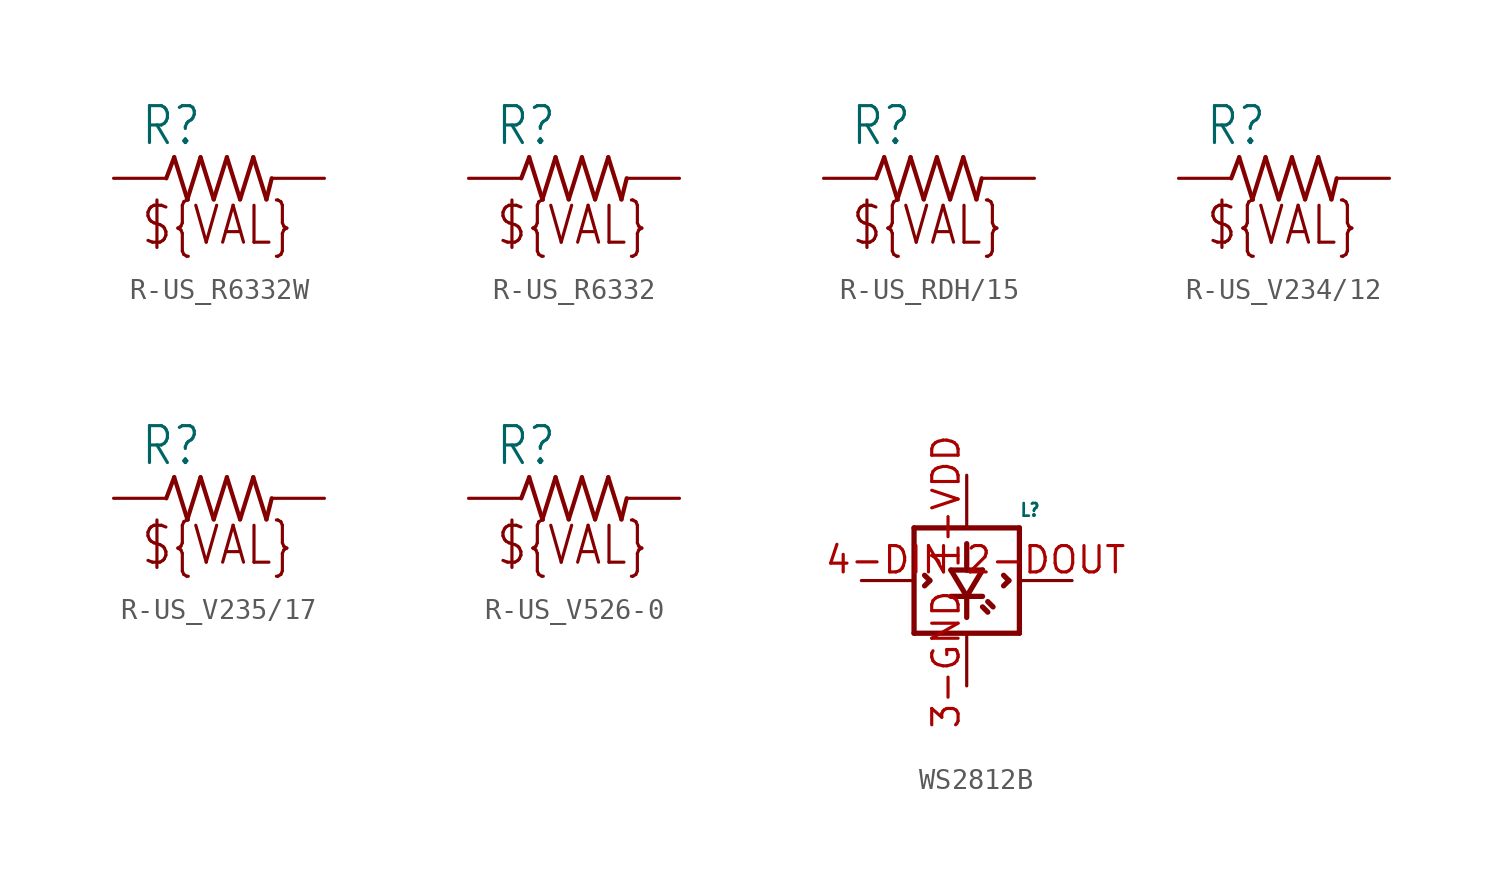
<source format=kicad_sym>
(kicad_symbol_lib
  (version 20231120)
  (generator "kicad_symbol_editor")
  (generator_version "8.0")
  (symbol "R-US_R6332W"
    (property "Reference" "R"
      (at -3.81 1.499 0)
      (effects (font (size 1.778 1.511)) (justify left bottom)))
    (property "ki_locked" ""
      (at 0 0 0)
      (effects (font (size 1.27 1.27))))
    (symbol "R-US_R6332W_1_0"
      (polyline (pts (xy -2.54 0) (xy -2.159 1.016)) (stroke (width 0.203) (type solid)) (fill (type none)))
      (polyline (pts (xy -2.159 1.016) (xy -1.524 -1.016)) (stroke (width 0.203) (type solid)) (fill (type none)))
      (polyline (pts (xy -1.524 -1.016) (xy -0.889 1.016)) (stroke (width 0.203) (type solid)) (fill (type none)))
      (polyline (pts (xy -0.889 1.016) (xy -0.254 -1.016)) (stroke (width 0.203) (type solid)) (fill (type none)))
      (polyline (pts (xy -0.254 -1.016) (xy 0.381 1.016)) (stroke (width 0.203) (type solid)) (fill (type none)))
      (polyline (pts (xy 0.381 1.016) (xy 1.016 -1.016)) (stroke (width 0.203) (type solid)) (fill (type none)))
      (polyline (pts (xy 1.016 -1.016) (xy 1.651 1.016)) (stroke (width 0.203) (type solid)) (fill (type none)))
      (polyline (pts (xy 1.651 1.016) (xy 2.286 -1.016)) (stroke (width 0.203) (type solid)) (fill (type none)))
      (polyline (pts (xy 2.286 -1.016) (xy 2.54 0)) (stroke (width 0.203) (type solid)) (fill (type none)))
      (text "${VAL}" (at -3.81 -3.302 0) (effects (font (size 1.778 1.511)) (justify left bottom)))
      (pin passive line (at -5.08 0 0) (length 2.54) (name "1" (effects (font (size 0 0)))) (number "1" (effects (font (size 0 0)))))
      (pin passive line (at 5.08 0 180) (length 2.54) (name "2" (effects (font (size 0 0)))) (number "2" (effects (font (size 0 0)))))))
  (symbol "R-US_R6332"
    (property "Reference" "R"
      (at -3.81 1.499 0)
      (effects (font (size 1.778 1.511)) (justify left bottom)))
    (property "ki_locked" ""
      (at 0 0 0)
      (effects (font (size 1.27 1.27))))
    (symbol "R-US_R6332_1_0"
      (polyline (pts (xy -2.54 0) (xy -2.159 1.016)) (stroke (width 0.203) (type solid)) (fill (type none)))
      (polyline (pts (xy -2.159 1.016) (xy -1.524 -1.016)) (stroke (width 0.203) (type solid)) (fill (type none)))
      (polyline (pts (xy -1.524 -1.016) (xy -0.889 1.016)) (stroke (width 0.203) (type solid)) (fill (type none)))
      (polyline (pts (xy -0.889 1.016) (xy -0.254 -1.016)) (stroke (width 0.203) (type solid)) (fill (type none)))
      (polyline (pts (xy -0.254 -1.016) (xy 0.381 1.016)) (stroke (width 0.203) (type solid)) (fill (type none)))
      (polyline (pts (xy 0.381 1.016) (xy 1.016 -1.016)) (stroke (width 0.203) (type solid)) (fill (type none)))
      (polyline (pts (xy 1.016 -1.016) (xy 1.651 1.016)) (stroke (width 0.203) (type solid)) (fill (type none)))
      (polyline (pts (xy 1.651 1.016) (xy 2.286 -1.016)) (stroke (width 0.203) (type solid)) (fill (type none)))
      (polyline (pts (xy 2.286 -1.016) (xy 2.54 0)) (stroke (width 0.203) (type solid)) (fill (type none)))
      (text "${VAL}" (at -3.81 -3.302 0) (effects (font (size 1.778 1.511)) (justify left bottom)))
      (pin passive line (at -5.08 0 0) (length 2.54) (name "1" (effects (font (size 0 0)))) (number "1" (effects (font (size 0 0)))))
      (pin passive line (at 5.08 0 180) (length 2.54) (name "2" (effects (font (size 0 0)))) (number "2" (effects (font (size 0 0)))))))
  (symbol "R-US_RDH/15"
    (property "Reference" "R"
      (at -3.81 1.499 0)
      (effects (font (size 1.778 1.511)) (justify left bottom)))
    (property "ki_locked" ""
      (at 0 0 0)
      (effects (font (size 1.27 1.27))))
    (symbol "R-US_RDH/15_1_0"
      (polyline (pts (xy -2.54 0) (xy -2.159 1.016)) (stroke (width 0.203) (type solid)) (fill (type none)))
      (polyline (pts (xy -2.159 1.016) (xy -1.524 -1.016)) (stroke (width 0.203) (type solid)) (fill (type none)))
      (polyline (pts (xy -1.524 -1.016) (xy -0.889 1.016)) (stroke (width 0.203) (type solid)) (fill (type none)))
      (polyline (pts (xy -0.889 1.016) (xy -0.254 -1.016)) (stroke (width 0.203) (type solid)) (fill (type none)))
      (polyline (pts (xy -0.254 -1.016) (xy 0.381 1.016)) (stroke (width 0.203) (type solid)) (fill (type none)))
      (polyline (pts (xy 0.381 1.016) (xy 1.016 -1.016)) (stroke (width 0.203) (type solid)) (fill (type none)))
      (polyline (pts (xy 1.016 -1.016) (xy 1.651 1.016)) (stroke (width 0.203) (type solid)) (fill (type none)))
      (polyline (pts (xy 1.651 1.016) (xy 2.286 -1.016)) (stroke (width 0.203) (type solid)) (fill (type none)))
      (polyline (pts (xy 2.286 -1.016) (xy 2.54 0)) (stroke (width 0.203) (type solid)) (fill (type none)))
      (text "${VAL}" (at -3.81 -3.302 0) (effects (font (size 1.778 1.511)) (justify left bottom)))
      (pin passive line (at -5.08 0 0) (length 2.54) (name "1" (effects (font (size 0 0)))) (number "1" (effects (font (size 0 0)))))
      (pin passive line (at 5.08 0 180) (length 2.54) (name "2" (effects (font (size 0 0)))) (number "2" (effects (font (size 0 0)))))))
  (symbol "R-US_V234/12"
    (property "Reference" "R"
      (at -3.81 1.499 0)
      (effects (font (size 1.778 1.511)) (justify left bottom)))
    (property "ki_locked" ""
      (at 0 0 0)
      (effects (font (size 1.27 1.27))))
    (symbol "R-US_V234/12_1_0"
      (polyline (pts (xy -2.54 0) (xy -2.159 1.016)) (stroke (width 0.203) (type solid)) (fill (type none)))
      (polyline (pts (xy -2.159 1.016) (xy -1.524 -1.016)) (stroke (width 0.203) (type solid)) (fill (type none)))
      (polyline (pts (xy -1.524 -1.016) (xy -0.889 1.016)) (stroke (width 0.203) (type solid)) (fill (type none)))
      (polyline (pts (xy -0.889 1.016) (xy -0.254 -1.016)) (stroke (width 0.203) (type solid)) (fill (type none)))
      (polyline (pts (xy -0.254 -1.016) (xy 0.381 1.016)) (stroke (width 0.203) (type solid)) (fill (type none)))
      (polyline (pts (xy 0.381 1.016) (xy 1.016 -1.016)) (stroke (width 0.203) (type solid)) (fill (type none)))
      (polyline (pts (xy 1.016 -1.016) (xy 1.651 1.016)) (stroke (width 0.203) (type solid)) (fill (type none)))
      (polyline (pts (xy 1.651 1.016) (xy 2.286 -1.016)) (stroke (width 0.203) (type solid)) (fill (type none)))
      (polyline (pts (xy 2.286 -1.016) (xy 2.54 0)) (stroke (width 0.203) (type solid)) (fill (type none)))
      (text "${VAL}" (at -3.81 -3.302 0) (effects (font (size 1.778 1.511)) (justify left bottom)))
      (pin passive line (at -5.08 0 0) (length 2.54) (name "1" (effects (font (size 0 0)))) (number "1" (effects (font (size 0 0)))))
      (pin passive line (at 5.08 0 180) (length 2.54) (name "2" (effects (font (size 0 0)))) (number "2" (effects (font (size 0 0)))))))
  (symbol "R-US_V235/17"
    (property "Reference" "R"
      (at -3.81 1.499 0)
      (effects (font (size 1.778 1.511)) (justify left bottom)))
    (property "ki_locked" ""
      (at 0 0 0)
      (effects (font (size 1.27 1.27))))
    (symbol "R-US_V235/17_1_0"
      (polyline (pts (xy -2.54 0) (xy -2.159 1.016)) (stroke (width 0.203) (type solid)) (fill (type none)))
      (polyline (pts (xy -2.159 1.016) (xy -1.524 -1.016)) (stroke (width 0.203) (type solid)) (fill (type none)))
      (polyline (pts (xy -1.524 -1.016) (xy -0.889 1.016)) (stroke (width 0.203) (type solid)) (fill (type none)))
      (polyline (pts (xy -0.889 1.016) (xy -0.254 -1.016)) (stroke (width 0.203) (type solid)) (fill (type none)))
      (polyline (pts (xy -0.254 -1.016) (xy 0.381 1.016)) (stroke (width 0.203) (type solid)) (fill (type none)))
      (polyline (pts (xy 0.381 1.016) (xy 1.016 -1.016)) (stroke (width 0.203) (type solid)) (fill (type none)))
      (polyline (pts (xy 1.016 -1.016) (xy 1.651 1.016)) (stroke (width 0.203) (type solid)) (fill (type none)))
      (polyline (pts (xy 1.651 1.016) (xy 2.286 -1.016)) (stroke (width 0.203) (type solid)) (fill (type none)))
      (polyline (pts (xy 2.286 -1.016) (xy 2.54 0)) (stroke (width 0.203) (type solid)) (fill (type none)))
      (text "${VAL}" (at -3.81 -3.302 0) (effects (font (size 1.778 1.511)) (justify left bottom)))
      (pin passive line (at -5.08 0 0) (length 2.54) (name "1" (effects (font (size 0 0)))) (number "1" (effects (font (size 0 0)))))
      (pin passive line (at 5.08 0 180) (length 2.54) (name "2" (effects (font (size 0 0)))) (number "2" (effects (font (size 0 0)))))))
  (symbol "R-US_V526-0"
    (property "Reference" "R"
      (at -3.81 1.499 0)
      (effects (font (size 1.778 1.511)) (justify left bottom)))
    (property "ki_locked" ""
      (at 0 0 0)
      (effects (font (size 1.27 1.27))))
    (symbol "R-US_V526-0_1_0"
      (polyline (pts (xy -2.54 0) (xy -2.159 1.016)) (stroke (width 0.203) (type solid)) (fill (type none)))
      (polyline (pts (xy -2.159 1.016) (xy -1.524 -1.016)) (stroke (width 0.203) (type solid)) (fill (type none)))
      (polyline (pts (xy -1.524 -1.016) (xy -0.889 1.016)) (stroke (width 0.203) (type solid)) (fill (type none)))
      (polyline (pts (xy -0.889 1.016) (xy -0.254 -1.016)) (stroke (width 0.203) (type solid)) (fill (type none)))
      (polyline (pts (xy -0.254 -1.016) (xy 0.381 1.016)) (stroke (width 0.203) (type solid)) (fill (type none)))
      (polyline (pts (xy 0.381 1.016) (xy 1.016 -1.016)) (stroke (width 0.203) (type solid)) (fill (type none)))
      (polyline (pts (xy 1.016 -1.016) (xy 1.651 1.016)) (stroke (width 0.203) (type solid)) (fill (type none)))
      (polyline (pts (xy 1.651 1.016) (xy 2.286 -1.016)) (stroke (width 0.203) (type solid)) (fill (type none)))
      (polyline (pts (xy 2.286 -1.016) (xy 2.54 0)) (stroke (width 0.203) (type solid)) (fill (type none)))
      (text "${VAL}" (at -3.81 -3.302 0) (effects (font (size 1.778 1.511)) (justify left bottom)))
      (pin passive line (at -5.08 0 0) (length 2.54) (name "1" (effects (font (size 0 0)))) (number "1" (effects (font (size 0 0)))))
      (pin passive line (at 5.08 0 180) (length 2.54) (name "2" (effects (font (size 0 0)))) (number "2" (effects (font (size 0 0)))))))
  (symbol "WS2812B"
    (property "Reference" "L"
      (at 2.54 3.048 0)
      (effects (font (size 0.61 0.518)) (justify left bottom)))
    (property "ki_locked" ""
      (at 0 0 0)
      (effects (font (size 1.27 1.27))))
    (symbol "WS2812B_1_0"
      (polyline (pts (xy -2.54 -2.54) (xy -2.54 2.54)) (stroke (width 0.254) (type solid)) (fill (type none)))
      (polyline (pts (xy -2.54 2.54) (xy 2.54 2.54)) (stroke (width 0.254) (type solid)) (fill (type none)))
      (polyline (pts (xy -2.032 0.254) (xy -1.778 0)) (stroke (width 0.254) (type solid)) (fill (type none)))
      (polyline (pts (xy -1.778 0) (xy -2.032 -0.254)) (stroke (width 0.254) (type solid)) (fill (type none)))
      (polyline (pts (xy -0.762 -0.762) (xy 0.762 -0.762)) (stroke (width 0.254) (type solid)) (fill (type none)))
      (polyline (pts (xy -0.762 0.508) (xy 0 -0.762)) (stroke (width 0.254) (type solid)) (fill (type none)))
      (polyline (pts (xy 0 -0.762) (xy 0 -1.778)) (stroke (width 0.254) (type solid)) (fill (type none)))
      (polyline (pts (xy 0 -0.762) (xy 0.762 0.508)) (stroke (width 0.254) (type solid)) (fill (type none)))
      (polyline (pts (xy 0 0.508) (xy -0.762 0.508)) (stroke (width 0.254) (type solid)) (fill (type none)))
      (polyline (pts (xy 0 1.778) (xy 0 0.508)) (stroke (width 0.254) (type solid)) (fill (type none)))
      (polyline (pts (xy 0.762 -1.27) (xy 1.016 -1.524)) (stroke (width 0.254) (type solid)) (fill (type none)))
      (polyline (pts (xy 0.762 0.508) (xy 0 0.508)) (stroke (width 0.254) (type solid)) (fill (type none)))
      (polyline (pts (xy 1.016 -1.016) (xy 1.27 -1.27)) (stroke (width 0.254) (type solid)) (fill (type none)))
      (polyline (pts (xy 1.778 0.254) (xy 2.032 0)) (stroke (width 0.254) (type solid)) (fill (type none)))
      (polyline (pts (xy 2.032 0) (xy 1.778 -0.254)) (stroke (width 0.254) (type solid)) (fill (type none)))
      (polyline (pts (xy 2.54 -2.54) (xy -2.54 -2.54)) (stroke (width 0.254) (type solid)) (fill (type none)))
      (polyline (pts (xy 2.54 2.54) (xy 2.54 -2.54)) (stroke (width 0.254) (type solid)) (fill (type none)))
      (pin bidirectional line (at 0 5.08 270) (length 2.54) (name "VDD" (effects (font (size 0 0)))) (number "1-VDD" (effects (font (size 1.27 1.27)))))
      (pin output line (at 5.08 0 180) (length 2.54) (name "DOUT" (effects (font (size 0 0)))) (number "2-DOUT" (effects (font (size 1.27 1.27)))))
      (pin bidirectional line (at 0 -5.08 90) (length 2.54) (name "GND" (effects (font (size 0 0)))) (number "3-GND" (effects (font (size 1.27 1.27)))))
      (pin input line (at -5.08 0 0) (length 2.54) (name "DIN" (effects (font (size 0 0)))) (number "4-DIN" (effects (font (size 1.27 1.27))))))))
</source>
